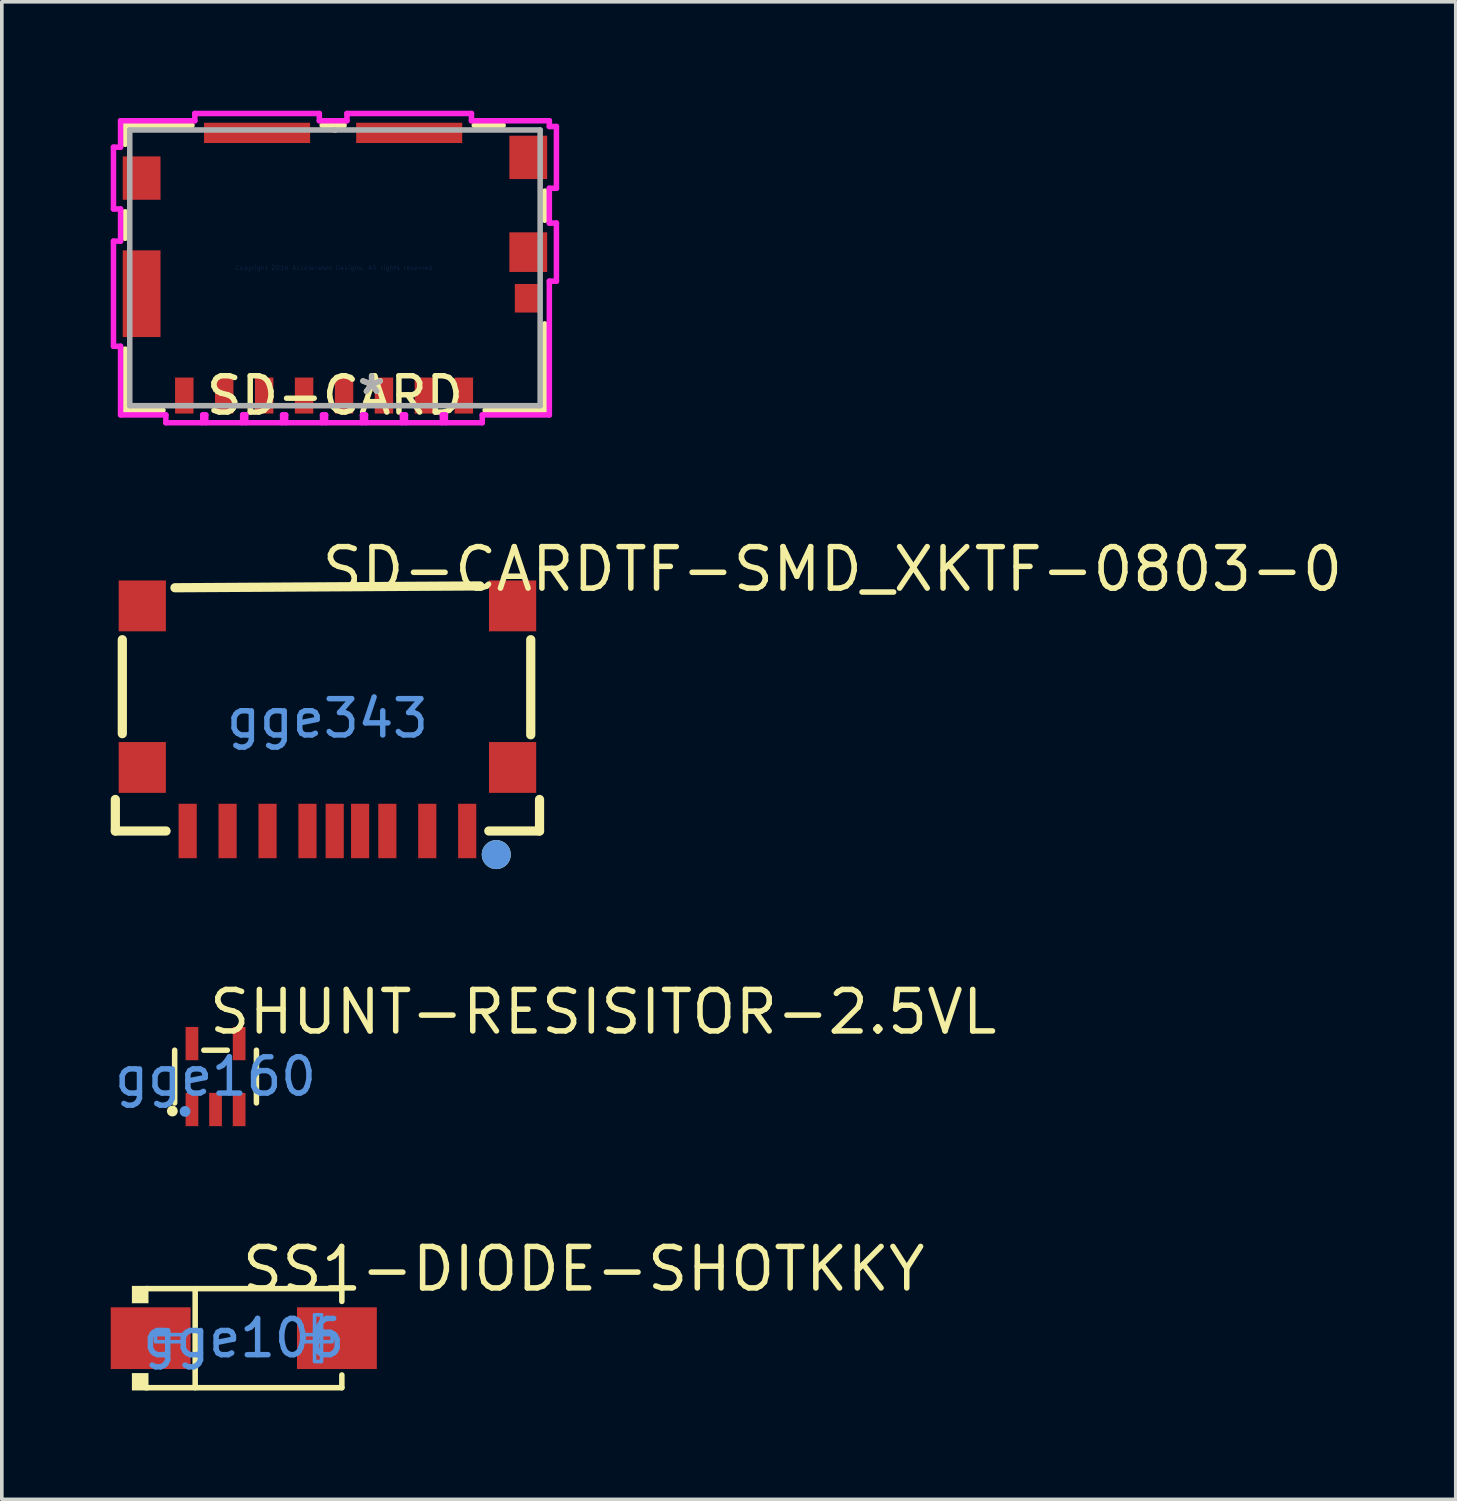
<source format=kicad_pcb>
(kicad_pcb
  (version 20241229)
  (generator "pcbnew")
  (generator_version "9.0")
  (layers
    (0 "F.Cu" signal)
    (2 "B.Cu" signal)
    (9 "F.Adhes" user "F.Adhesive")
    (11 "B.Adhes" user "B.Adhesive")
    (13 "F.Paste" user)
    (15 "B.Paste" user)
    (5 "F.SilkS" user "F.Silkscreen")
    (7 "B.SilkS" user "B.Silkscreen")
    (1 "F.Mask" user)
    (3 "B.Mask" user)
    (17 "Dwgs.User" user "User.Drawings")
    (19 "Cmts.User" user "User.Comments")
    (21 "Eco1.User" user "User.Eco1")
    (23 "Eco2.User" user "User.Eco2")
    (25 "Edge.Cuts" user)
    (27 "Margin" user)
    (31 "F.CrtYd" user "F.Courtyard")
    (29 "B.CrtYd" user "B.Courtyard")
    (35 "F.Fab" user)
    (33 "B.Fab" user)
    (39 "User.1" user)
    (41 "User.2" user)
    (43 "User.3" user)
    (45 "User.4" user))
  (footprint "SHUNT-RESISITOR-2.5VL"
    (layer "F.Cu")
    (at 2.887 26.603)
    (property "Reference" "SHUNT-RESISITOR-2.5VL" (at -0.254 -1.778 0) (layer "F.SilkS") (effects (font (size 1.143 1.143) (thickness 0.152)) (justify left)))
    (attr smd)
    (fp_line (start -1.126 0.726) (end -1.126 -0.726) (stroke (width 0.152) (type solid)) (layer "F.SilkS"))
    (fp_line (start -0.323 -0.726) (end 0.323 -0.726) (stroke (width 0.152) (type solid)) (layer "F.SilkS"))
    (fp_line (start 1.126 0.726) (end 1.126 -0.726) (stroke (width 0.152) (type solid)) (layer "F.SilkS"))
    (fp_circle (center -1.19 0.95) (end -1.115 0.95) (stroke (width 0.15) (type solid)) (fill no) (layer "F.SilkS"))
    (fp_circle (center -0.84 0.96) (end -0.765 0.96) (stroke (width 0.15) (type solid)) (fill no) (layer "Cmts.User"))
    (fp_text user "gge160" (at 0 0 0) (layer "Cmts.User") (effects (font (size 1 1) (thickness 0.15))))
    (pad "1" smd rect (at -0.65 0.908) (size 0.35 0.916) (layers "F.Cu" "F.Mask" "F.Paste"))
    (pad "2" smd rect (at 0 0.908) (size 0.35 0.916) (layers "F.Cu" "F.Mask" "F.Paste"))
    (pad "3" smd rect (at 0.65 0.908) (size 0.35 0.916) (layers "F.Cu" "F.Mask" "F.Paste"))
    (pad "4" smd rect (at 0.65 -0.908) (size 0.35 0.916) (layers "F.Cu" "F.Mask" "F.Paste"))
    (pad "5" smd rect (at -0.65 -0.908) (size 0.35 0.916) (layers "F.Cu" "F.Mask" "F.Paste")))
  (footprint "SS1-DIODE-SHOTKKY"
    (layer "F.Cu")
    (at 3.665 33.809)
    (property "Reference" "SS1-DIODE-SHOTKKY" (at -0.127 -1.905 0) (layer "F.SilkS") (effects (font (size 1.143 1.143) (thickness 0.152)) (justify left)))
    (attr smd)
    (fp_line (start -2.701 -1.364) (end 2.701 -1.364) (stroke (width 0.152) (type solid)) (layer "F.SilkS"))
    (fp_line (start -2.701 1.364) (end 2.701 1.364) (stroke (width 0.152) (type solid)) (layer "F.SilkS"))
    (fp_line (start -1.339 -1.364) (end -1.339 1.364) (stroke (width 0.152) (type solid)) (layer "F.SilkS"))
    (fp_line (start 2.701 -1.364) (end 2.701 -1.013) (stroke (width 0.152) (type solid)) (layer "F.SilkS"))
    (fp_line (start 2.701 1.364) (end 2.701 1.013) (stroke (width 0.152) (type solid)) (layer "F.SilkS"))
    (fp_poly (pts (xy -2.625 -1.44) (xy -2.625 -0.962) (xy -3.082 -0.962) (xy -3.082 -1.44)) (stroke (width 0) (type solid)) (fill yes) (layer "F.SilkS"))
    (fp_poly (pts (xy -2.625 1.44) (xy -2.625 0.962) (xy -3.082 0.962) (xy -3.082 1.44)) (stroke (width 0) (type solid)) (fill yes) (layer "F.SilkS"))
    (fp_poly (pts (xy -2.432 0.097) (xy -2.432 -0.097) (xy -1.659 -0.097) (xy -1.659 0.097)) (stroke (width 0.1) (type solid)) (fill no) (layer "Cmts.User"))
    (fp_poly (pts (xy 2.142 0.644) (xy 2.142 -0.644) (xy 1.949 -0.644) (xy 1.949 0.644)) (stroke (width 0.1) (type solid)) (fill no) (layer "Cmts.User"))
    (fp_poly (pts (xy 2.432 0.097) (xy 2.432 -0.097) (xy 1.659 -0.097) (xy 1.659 0.097)) (stroke (width 0.1) (type solid)) (fill no) (layer "Cmts.User"))
    (fp_text user "gge106" (at 0 0 0) (layer "Cmts.User") (effects (font (size 1 1) (thickness 0.15))))
    (pad "1" smd rect (at -2.565 0) (size 2.2 1.7) (layers "F.Cu" "F.Mask" "F.Paste"))
    (pad "2" smd rect (at 2.565 0) (size 2.2 1.7) (layers "F.Cu" "F.Mask" "F.Paste")))
  (footprint "SD-CARD"
    (layer "F.Cu")
    (at 6.176 4.327)
    (property "Reference" "SD-CARD" (at 0 3.518 0) (layer "F.SilkS") (effects (font (size 1 1) (thickness 0.15))))
    (attr through_hole)
    (fp_line (start -5.779 -3.924) (end -5.779 -3.402) (stroke (width 0.152) (type solid)) (layer "F.SilkS"))
    (fp_line (start -5.779 -1.543) (end -5.779 -0.814) (stroke (width 0.152) (type solid)) (layer "F.SilkS"))
    (fp_line (start -5.779 2.239) (end -5.779 3.924) (stroke (width 0.152) (type solid)) (layer "F.SilkS"))
    (fp_line (start -5.779 3.924) (end -4.737 3.924) (stroke (width 0.152) (type solid)) (layer "F.SilkS"))
    (fp_line (start -3.938 -3.924) (end -5.779 -3.924) (stroke (width 0.152) (type solid)) (layer "F.SilkS"))
    (fp_line (start 0.127 -3.924) (end -0.127 -3.924) (stroke (width 0.152) (type solid)) (layer "F.SilkS"))
    (fp_line (start 0.252 -3.924) (end -0.352 -3.924) (stroke (width 0.152) (type solid)) (layer "F.SilkS"))
    (fp_line (start 4.137 3.924) (end 5.779 3.924) (stroke (width 0.152) (type solid)) (layer "F.SilkS"))
    (fp_line (start 4.633 -3.924) (end 3.838 -3.924) (stroke (width 0.152) (type solid)) (layer "F.SilkS"))
    (fp_line (start 5.779 -1.311) (end 5.779 -2.113) (stroke (width 0.152) (type solid)) (layer "F.SilkS"))
    (fp_line (start 5.779 3.924) (end 5.779 1.544) (stroke (width 0.152) (type solid)) (layer "F.SilkS"))
    (fp_line (start -6.1 -0.735) (end -6.1 2.161) (stroke (width 0.152) (type solid)) (layer "F.CrtYd"))
    (fp_line (start -6.1 2.161) (end -5.905 2.161) (stroke (width 0.152) (type solid)) (layer "F.CrtYd"))
    (fp_line (start -6.1 -3.323) (end -6.1 -1.621) (stroke (width 0.152) (type solid)) (layer "F.CrtYd"))
    (fp_line (start -6.1 -1.621) (end -5.905 -1.621) (stroke (width 0.152) (type solid)) (layer "F.CrtYd"))
    (fp_line (start -5.905 -4.051) (end -5.905 -3.323) (stroke (width 0.152) (type solid)) (layer "F.CrtYd"))
    (fp_line (start -5.905 -3.323) (end -6.1 -3.323) (stroke (width 0.152) (type solid)) (layer "F.CrtYd"))
    (fp_line (start -5.905 -1.621) (end -5.905 -0.735) (stroke (width 0.152) (type solid)) (layer "F.CrtYd"))
    (fp_line (start -5.905 -0.735) (end -6.1 -0.735) (stroke (width 0.152) (type solid)) (layer "F.CrtYd"))
    (fp_line (start -5.905 2.161) (end -5.905 4.051) (stroke (width 0.152) (type solid)) (layer "F.CrtYd"))
    (fp_line (start -5.905 4.051) (end -4.658 4.051) (stroke (width 0.152) (type solid)) (layer "F.CrtYd"))
    (fp_line (start -4.658 4.051) (end -4.658 4.267) (stroke (width 0.152) (type solid)) (layer "F.CrtYd"))
    (fp_line (start -4.658 4.267) (end -3.642 4.267) (stroke (width 0.152) (type solid)) (layer "F.CrtYd"))
    (fp_line (start -3.86 -4.251) (end -3.86 -4.051) (stroke (width 0.152) (type solid)) (layer "F.CrtYd"))
    (fp_line (start -3.86 -4.051) (end -5.905 -4.051) (stroke (width 0.152) (type solid)) (layer "F.CrtYd"))
    (fp_line (start -3.642 4.051) (end -3.558 4.051) (stroke (width 0.152) (type solid)) (layer "F.CrtYd"))
    (fp_line (start -3.642 4.267) (end -3.642 4.051) (stroke (width 0.152) (type solid)) (layer "F.CrtYd"))
    (fp_line (start -3.558 4.051) (end -3.558 4.267) (stroke (width 0.152) (type solid)) (layer "F.CrtYd"))
    (fp_line (start -3.558 4.267) (end -2.542 4.267) (stroke (width 0.152) (type solid)) (layer "F.CrtYd"))
    (fp_line (start -2.542 4.051) (end -2.458 4.051) (stroke (width 0.152) (type solid)) (layer "F.CrtYd"))
    (fp_line (start -2.542 4.267) (end -2.542 4.051) (stroke (width 0.152) (type solid)) (layer "F.CrtYd"))
    (fp_line (start -2.458 4.051) (end -2.458 4.267) (stroke (width 0.152) (type solid)) (layer "F.CrtYd"))
    (fp_line (start -2.458 4.267) (end -1.442 4.267) (stroke (width 0.152) (type solid)) (layer "F.CrtYd"))
    (fp_line (start -1.442 4.051) (end -1.358 4.051) (stroke (width 0.152) (type solid)) (layer "F.CrtYd"))
    (fp_line (start -1.442 4.267) (end -1.442 4.051) (stroke (width 0.152) (type solid)) (layer "F.CrtYd"))
    (fp_line (start -1.358 4.051) (end -1.358 4.267) (stroke (width 0.152) (type solid)) (layer "F.CrtYd"))
    (fp_line (start -1.358 4.267) (end -0.342 4.267) (stroke (width 0.152) (type solid)) (layer "F.CrtYd"))
    (fp_line (start -0.43 -4.251) (end -3.86 -4.251) (stroke (width 0.152) (type solid)) (layer "F.CrtYd"))
    (fp_line (start -0.43 -4.051) (end -0.43 -4.251) (stroke (width 0.152) (type solid)) (layer "F.CrtYd"))
    (fp_line (start -0.342 4.051) (end -0.258 4.051) (stroke (width 0.152) (type solid)) (layer "F.CrtYd"))
    (fp_line (start -0.342 4.267) (end -0.342 4.051) (stroke (width 0.152) (type solid)) (layer "F.CrtYd"))
    (fp_line (start -0.258 4.051) (end -0.258 4.267) (stroke (width 0.152) (type solid)) (layer "F.CrtYd"))
    (fp_line (start -0.258 4.267) (end 0.758 4.267) (stroke (width 0.152) (type solid)) (layer "F.CrtYd"))
    (fp_line (start 0.331 -4.251) (end 0.331 -4.051) (stroke (width 0.152) (type solid)) (layer "F.CrtYd"))
    (fp_line (start 0.331 -4.051) (end -0.43 -4.051) (stroke (width 0.152) (type solid)) (layer "F.CrtYd"))
    (fp_line (start 0.758 4.051) (end 0.842 4.051) (stroke (width 0.152) (type solid)) (layer "F.CrtYd"))
    (fp_line (start 0.758 4.267) (end 0.758 4.051) (stroke (width 0.152) (type solid)) (layer "F.CrtYd"))
    (fp_line (start 0.842 4.051) (end 0.842 4.267) (stroke (width 0.152) (type solid)) (layer "F.CrtYd"))
    (fp_line (start 0.842 4.267) (end 1.858 4.267) (stroke (width 0.152) (type solid)) (layer "F.CrtYd"))
    (fp_line (start 1.858 4.051) (end 1.942 4.051) (stroke (width 0.152) (type solid)) (layer "F.CrtYd"))
    (fp_line (start 1.858 4.267) (end 1.858 4.051) (stroke (width 0.152) (type solid)) (layer "F.CrtYd"))
    (fp_line (start 1.942 4.051) (end 1.942 4.267) (stroke (width 0.152) (type solid)) (layer "F.CrtYd"))
    (fp_line (start 1.942 4.267) (end 2.958 4.267) (stroke (width 0.152) (type solid)) (layer "F.CrtYd"))
    (fp_line (start 2.958 4.051) (end 3.042 4.051) (stroke (width 0.152) (type solid)) (layer "F.CrtYd"))
    (fp_line (start 2.958 4.267) (end 2.958 4.051) (stroke (width 0.152) (type solid)) (layer "F.CrtYd"))
    (fp_line (start 3.042 4.051) (end 3.042 4.267) (stroke (width 0.152) (type solid)) (layer "F.CrtYd"))
    (fp_line (start 3.042 4.267) (end 4.058 4.267) (stroke (width 0.152) (type solid)) (layer "F.CrtYd"))
    (fp_line (start 3.76 -4.251) (end 0.331 -4.251) (stroke (width 0.152) (type solid)) (layer "F.CrtYd"))
    (fp_line (start 3.76 -4.051) (end 3.76 -4.251) (stroke (width 0.152) (type solid)) (layer "F.CrtYd"))
    (fp_line (start 4.058 4.051) (end 5.905 4.051) (stroke (width 0.152) (type solid)) (layer "F.CrtYd"))
    (fp_line (start 4.058 4.267) (end 4.058 4.051) (stroke (width 0.152) (type solid)) (layer "F.CrtYd"))
    (fp_line (start 5.905 -4.051) (end 3.76 -4.051) (stroke (width 0.152) (type solid)) (layer "F.CrtYd"))
    (fp_line (start 5.905 -3.893) (end 5.905 -4.051) (stroke (width 0.152) (type solid)) (layer "F.CrtYd"))
    (fp_line (start 5.905 -2.191) (end 6.1 -2.191) (stroke (width 0.152) (type solid)) (layer "F.CrtYd"))
    (fp_line (start 5.905 -1.232) (end 5.905 -2.191) (stroke (width 0.152) (type solid)) (layer "F.CrtYd"))
    (fp_line (start 5.905 0.368) (end 6.1 0.368) (stroke (width 0.152) (type solid)) (layer "F.CrtYd"))
    (fp_line (start 5.905 4.051) (end 5.905 0.368) (stroke (width 0.152) (type solid)) (layer "F.CrtYd"))
    (fp_line (start 6.1 -3.893) (end 5.905 -3.893) (stroke (width 0.152) (type solid)) (layer "F.CrtYd"))
    (fp_line (start 6.1 -2.191) (end 6.1 -3.893) (stroke (width 0.152) (type solid)) (layer "F.CrtYd"))
    (fp_line (start 6.1 -1.232) (end 5.905 -1.232) (stroke (width 0.152) (type solid)) (layer "F.CrtYd"))
    (fp_line (start 6.1 0.368) (end 6.1 -1.232) (stroke (width 0.152) (type solid)) (layer "F.CrtYd"))
    (fp_line (start -5.652 -3.797) (end -5.652 3.797) (stroke (width 0.152) (type solid)) (layer "F.Fab"))
    (fp_line (start -5.652 3.797) (end 5.652 3.797) (stroke (width 0.152) (type solid)) (layer "F.Fab"))
    (fp_line (start 0 -3.797) (end 0 -3.797) (stroke (width 0.152) (type solid)) (layer "F.Fab"))
    (fp_line (start 0 -3.797) (end 0 -3.797) (stroke (width 0.152) (type solid)) (layer "F.Fab"))
    (fp_line (start 0 -3.797) (end 0 -3.797) (stroke (width 0.152) (type solid)) (layer "F.Fab"))
    (fp_line (start 0 -3.797) (end 0 -3.797) (stroke (width 0.152) (type solid)) (layer "F.Fab"))
    (fp_line (start 5.652 -3.797) (end -5.652 -3.797) (stroke (width 0.152) (type solid)) (layer "F.Fab"))
    (fp_line (start 5.652 3.797) (end 5.652 -3.797) (stroke (width 0.152) (type solid)) (layer "F.Fab"))
    (fp_text user "*" (at 1.01 3.518 0) (layer "F.SilkS") (effects (font (size 1 1) (thickness 0.15))))
    (fp_text user "Copyright 2016 Accelerated Designs. All rights reserved." (at 0 0 0) (layer "Cmts.User") (effects (font (size 0.127 0.127) (thickness 0.002))))
    (fp_text user "*" (at 1.01 3.518 0) (layer "F.Fab") (effects (font (size 1 1) (thickness 0.15))))
    (pad "14" smd rect (at -2.145 -3.717) (size 2.921 0.559) (layers "F.Cu" "F.Mask" "F.Paste"))
    (pad "15" smd rect (at 2.045 -3.717) (size 2.921 0.559) (layers "F.Cu" "F.Mask" "F.Paste"))
    (pad "G1" smd rect (at 5.325 -0.432) (size 1.041 1.092) (layers "F.Cu" "F.Mask" "F.Paste"))
    (pad "G2" smd rect (at 5.325 -3.042) (size 1.041 1.194) (layers "F.Cu" "F.Mask" "F.Paste"))
    (pad "G3" smd rect (at -5.325 -2.472) (size 1.041 1.194) (layers "F.Cu" "F.Mask" "F.Paste"))
    (pad "G4" smd rect (at -5.325 0.713) (size 1.041 2.388) (layers "F.Cu" "F.Mask" "F.Paste"))
    (pad "P1" smd rect (at 3.55 3.518) (size 0.508 0.991) (layers "F.Cu" "F.Mask" "F.Paste"))
    (pad "P2" smd rect (at 2.45 3.518) (size 0.508 0.991) (layers "F.Cu" "F.Mask" "F.Paste"))
    (pad "P3" smd rect (at 1.35 3.518) (size 0.508 0.991) (layers "F.Cu" "F.Mask" "F.Paste"))
    (pad "P4" smd rect (at 0.25 3.518) (size 0.508 0.991) (layers "F.Cu" "F.Mask" "F.Paste"))
    (pad "P5" smd rect (at -0.85 3.518) (size 0.508 0.991) (layers "F.Cu" "F.Mask" "F.Paste"))
    (pad "P6" smd rect (at -1.95 3.518) (size 0.508 0.991) (layers "F.Cu" "F.Mask" "F.Paste"))
    (pad "P7" smd rect (at -3.05 3.518) (size 0.508 0.991) (layers "F.Cu" "F.Mask" "F.Paste"))
    (pad "P8" smd rect (at -4.15 3.518) (size 0.508 0.991) (layers "F.Cu" "F.Mask" "F.Paste"))
    (pad "P9" smd rect (at 5.31 0.838) (size 0.711 0.787) (layers "F.Cu" "F.Mask" "F.Paste")))
  (footprint "SD-CARDTF-SMD_XKTF-0803-0"
    (layer "F.Cu")
    (at 5.969 16.739)
    (property "Reference" "SD-CARDTF-SMD_XKTF-0803-0" (at -0.234 -4.111 0) (layer "F.SilkS") (effects (font (size 1.143 1.143) (thickness 0.152)) (justify left)))
    (attr smd)
    (fp_line (start -5.842 3.1) (end -5.842 2.232) (stroke (width 0.254) (type solid)) (layer "F.SilkS"))
    (fp_line (start -5.65 0.419) (end -5.65 -2.169) (stroke (width 0.254) (type solid)) (layer "F.SilkS"))
    (fp_line (start -4.445 3.1) (end -5.842 3.1) (stroke (width 0.254) (type solid)) (layer "F.SilkS"))
    (fp_line (start -4.2 -3.6) (end 4.2 -3.65) (stroke (width 0.254) (type solid)) (layer "F.SilkS"))
    (fp_line (start 5.6 -2.169) (end 5.6 0.45) (stroke (width 0.254) (type solid)) (layer "F.SilkS"))
    (fp_line (start 5.842 2.232) (end 5.842 3.1) (stroke (width 0.254) (type solid)) (layer "F.SilkS"))
    (fp_line (start 5.842 3.1) (end 4.445 3.1) (stroke (width 0.254) (type solid)) (layer "F.SilkS"))
    (fp_circle (center 4.65 3.75) (end 4.85 3.75) (stroke (width 0.4) (type solid)) (fill no) (layer "F.SilkS"))
    (fp_circle (center 4.65 3.75) (end 4.85 3.75) (stroke (width 0.4) (type solid)) (fill no) (layer "Cmts.User"))
    (fp_text user "gge343" (at 0 0 0) (layer "Cmts.User") (effects (font (size 1 1) (thickness 0.15))))
    (pad "1" smd rect (at 3.85 3.1) (size 0.5 1.5) (layers "F.Cu" "F.Mask" "F.Paste"))
    (pad "2" smd rect (at 2.75 3.1) (size 0.5 1.5) (layers "F.Cu" "F.Mask" "F.Paste"))
    (pad "3" smd rect (at 1.65 3.1) (size 0.5 1.5) (layers "F.Cu" "F.Mask" "F.Paste"))
    (pad "4" smd rect (at 0.9 3.1) (size 0.5 1.5) (layers "F.Cu" "F.Mask" "F.Paste"))
    (pad "5" smd rect (at -0.55 3.1) (size 0.5 1.5) (layers "F.Cu" "F.Mask" "F.Paste"))
    (pad "6" smd rect (at -1.65 3.1) (size 0.5 1.5) (layers "F.Cu" "F.Mask" "F.Paste"))
    (pad "7" smd rect (at -2.75 3.1) (size 0.5 1.5) (layers "F.Cu" "F.Mask" "F.Paste"))
    (pad "8" smd rect (at -3.85 3.1) (size 0.5 1.5) (layers "F.Cu" "F.Mask" "F.Paste"))
    (pad "9" smd rect (at 0.2 3.1) (size 0.5 1.5) (layers "F.Cu" "F.Mask" "F.Paste"))
    (pad "10" smd rect (at -5.1 1.35) (size 1.3 1.4) (layers "F.Cu" "F.Mask" "F.Paste"))
    (pad "11" smd rect (at -5.1 -3.1) (size 1.3 1.4) (layers "F.Cu" "F.Mask" "F.Paste"))
    (pad "12" smd rect (at 5.1 -3.1) (size 1.3 1.4) (layers "F.Cu" "F.Mask" "F.Paste"))
    (pad "13" smd rect (at 5.1 1.35) (size 1.3 1.4) (layers "F.Cu" "F.Mask" "F.Paste")))
  (gr_rect
    (start -3 -3)
    (end 37.048 38.249)
    (stroke (width 0.1) (type default))
    (fill no)
    (layer "Edge.Cuts")))
</source>
